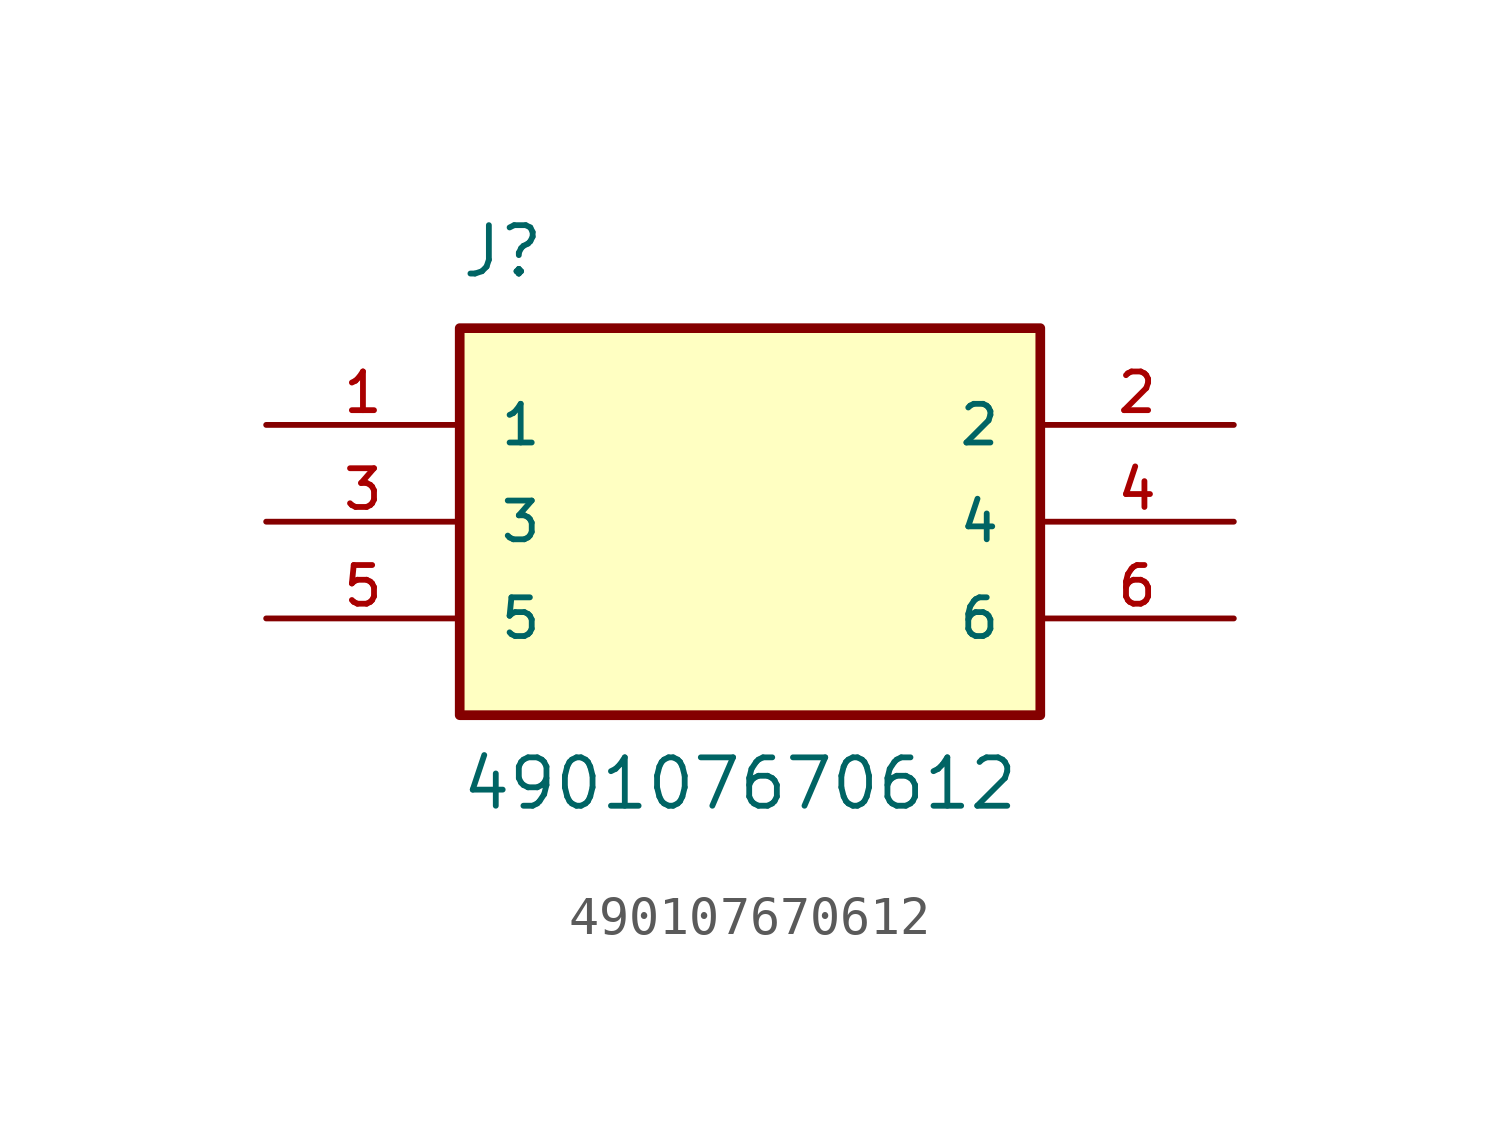
<source format=kicad_sym>
(kicad_symbol_lib
  (version 20211014)
  (generator kicad_symbol_editor)
  (symbol "490107670612"
    (pin_names
      (offset 1.016))
    (property "Reference" "J"
      (at -7.62 6.35 0)
      (effects (font (size 1.27 1.27)) (justify bottom left)))
    (property "Value" "490107670612"
      (at -7.62 -7.62 0)
      (effects (font (size 1.27 1.27)) (justify bottom left)))
    (symbol "490107670612_0_0"
      (rectangle (start -7.62 -5.08) (end 7.62 5.08) (stroke (width 0.254)) (fill (type background)))
      (pin passive line (at -12.7 2.54 0) (length 5.08) (name "1" (effects (font (size 1.016 1.016)))) (number "1" (effects (font (size 1.016 1.016)))))
      (pin passive line (at 12.7 2.54 180.0) (length 5.08) (name "2" (effects (font (size 1.016 1.016)))) (number "2" (effects (font (size 1.016 1.016)))))
      (pin passive line (at -12.7 0.0 0) (length 5.08) (name "3" (effects (font (size 1.016 1.016)))) (number "3" (effects (font (size 1.016 1.016)))))
      (pin passive line (at 12.7 0.0 180.0) (length 5.08) (name "4" (effects (font (size 1.016 1.016)))) (number "4" (effects (font (size 1.016 1.016)))))
      (pin passive line (at -12.7 -2.54 0) (length 5.08) (name "5" (effects (font (size 1.016 1.016)))) (number "5" (effects (font (size 1.016 1.016)))))
      (pin passive line (at 12.7 -2.54 180.0) (length 5.08) (name "6" (effects (font (size 1.016 1.016)))) (number "6" (effects (font (size 1.016 1.016))))))))
</source>
